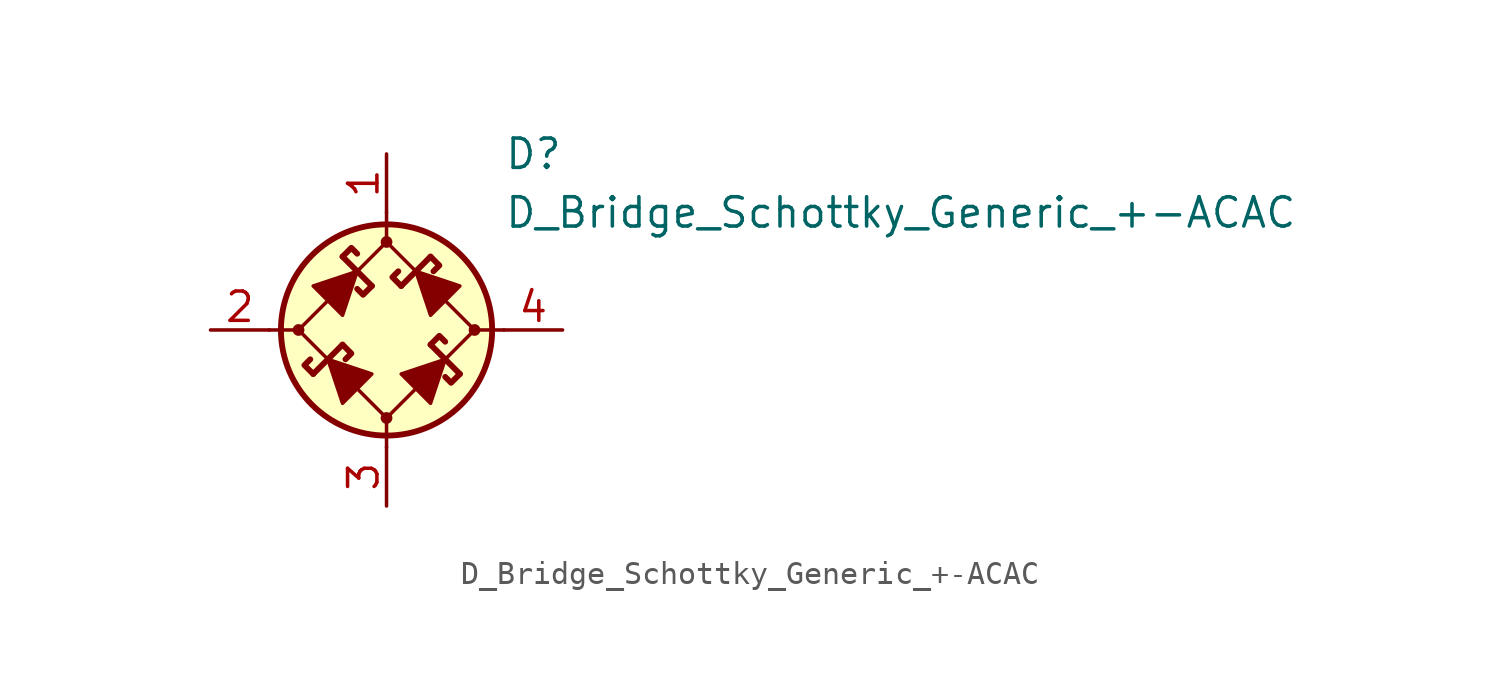
<source format=kicad_sym>
(kicad_symbol_lib
  (version 20231120)
  (generator "kicad_symbol_editor")
  (generator_version "8.0")
  (symbol "D_Bridge_Schottky_Generic_+-ACAC"
    (pin_names
      (offset 1.016) hide)
    (property "Reference" "D"
      (at 5.08 7.62 0)
      (effects (font (size 1.27 1.27)) (justify left)))
    (property "Value" "D_Bridge_Schottky_Generic_+-ACAC"
      (at 5.08 5.08 0)
      (effects (font (size 1.27 1.27)) (justify left)))
    (symbol "D_Bridge_Schottky_Generic_+-ACAC_0_1"
      (circle (center -3.81 0) (radius 0.178) (stroke (width 0) (type default)) (fill (type outline)))
      (polyline (pts (xy -5.08 0) (xy -3.81 0)) (stroke (width 0) (type default)) (fill (type none)))
      (polyline (pts (xy -1.905 -0.635) (xy -3.175 -1.905)) (stroke (width 0.254) (type default)) (fill (type none)))
      (polyline (pts (xy -1.905 3.175) (xy -0.635 1.905)) (stroke (width 0.254) (type default)) (fill (type none)))
      (polyline (pts (xy 0 -5.08) (xy 0 -3.81)) (stroke (width 0) (type default)) (fill (type none)))
      (polyline (pts (xy 0 5.08) (xy 0 3.81)) (stroke (width 0) (type default)) (fill (type none)))
      (polyline (pts (xy 0.635 1.905) (xy 1.905 3.175)) (stroke (width 0.254) (type default)) (fill (type none)))
      (polyline (pts (xy 3.175 -1.905) (xy 1.905 -0.635)) (stroke (width 0.254) (type default)) (fill (type none)))
      (polyline (pts (xy 5.08 0) (xy 3.81 0)) (stroke (width 0) (type default)) (fill (type none)))
      (polyline (pts (xy -2.54 -1.27) (xy -1.905 -3.175) (xy -0.635 -1.905) (xy -2.54 -1.27)) (stroke (width 0) (type default)) (fill (type outline)))
      (polyline (pts (xy -1.27 2.54) (xy -1.905 0.635) (xy -3.175 1.905) (xy -1.27 2.54)) (stroke (width 0) (type default)) (fill (type outline)))
      (polyline (pts (xy 1.27 2.54) (xy 3.175 1.905) (xy 1.905 0.635) (xy 1.27 2.54)) (stroke (width 0) (type default)) (fill (type outline)))
      (polyline (pts (xy 2.54 -1.27) (xy 0.635 -1.905) (xy 1.905 -3.175) (xy 2.54 -1.27)) (stroke (width 0) (type default)) (fill (type outline)))
      (polyline (pts (xy 0 3.81) (xy -3.81 0) (xy 0 -3.81) (xy 3.81 0) (xy 0 3.81)) (stroke (width 0) (type default)) (fill (type none)))
      (circle (center 0 0) (radius 4.572) (stroke (width 0.254) (type default)) (fill (type background))))
    (symbol "D_Bridge_Schottky_Generic_+-ACAC_1_1"
      (circle (center 0 -3.81) (radius 0.178) (stroke (width 0) (type default)) (fill (type outline)))
      (polyline (pts (xy -3.175 -1.905) (xy -3.556 -1.524) (xy -3.302 -1.27)) (stroke (width 0.254) (type default)) (fill (type none)))
      (polyline (pts (xy -1.905 -0.635) (xy -1.524 -1.016) (xy -1.778 -1.27)) (stroke (width 0.254) (type default)) (fill (type none)))
      (polyline (pts (xy -1.905 3.175) (xy -1.524 3.556) (xy -1.27 3.302)) (stroke (width 0.254) (type default)) (fill (type none)))
      (polyline (pts (xy -0.635 1.905) (xy -1.016 1.524) (xy -1.27 1.778)) (stroke (width 0.254) (type default)) (fill (type none)))
      (polyline (pts (xy 0.635 1.905) (xy 0.254 2.286) (xy 0.508 2.54)) (stroke (width 0.254) (type default)) (fill (type none)))
      (polyline (pts (xy 1.905 -0.635) (xy 2.286 -0.254) (xy 2.54 -0.508)) (stroke (width 0.254) (type default)) (fill (type none)))
      (polyline (pts (xy 1.905 3.175) (xy 2.286 2.794) (xy 2.032 2.54)) (stroke (width 0.254) (type default)) (fill (type none)))
      (polyline (pts (xy 3.175 -1.905) (xy 2.794 -2.286) (xy 2.54 -2.032)) (stroke (width 0.254) (type default)) (fill (type none)))
      (circle (center 0 3.81) (radius 0.178) (stroke (width 0) (type default)) (fill (type outline)))
      (circle (center 3.81 0) (radius 0.178) (stroke (width 0) (type default)) (fill (type outline)))
      (pin passive line (at 0 7.62 270) (length 2.54) (name "+" (effects (font (size 1.27 1.27)))) (number "1" (effects (font (size 1.27 1.27)))))
      (pin passive line (at -7.62 0 0) (length 2.54) (name "1" (effects (font (size 1.27 1.27)))) (number "2" (effects (font (size 1.27 1.27)))))
      (pin passive line (at 0 -7.62 90) (length 2.54) (name "-" (effects (font (size 1.27 1.27)))) (number "3" (effects (font (size 1.27 1.27)))))
      (pin passive line (at 7.62 0 180) (length 2.54) (name "2" (effects (font (size 1.27 1.27)))) (number "4" (effects (font (size 1.27 1.27))))))))
</source>
